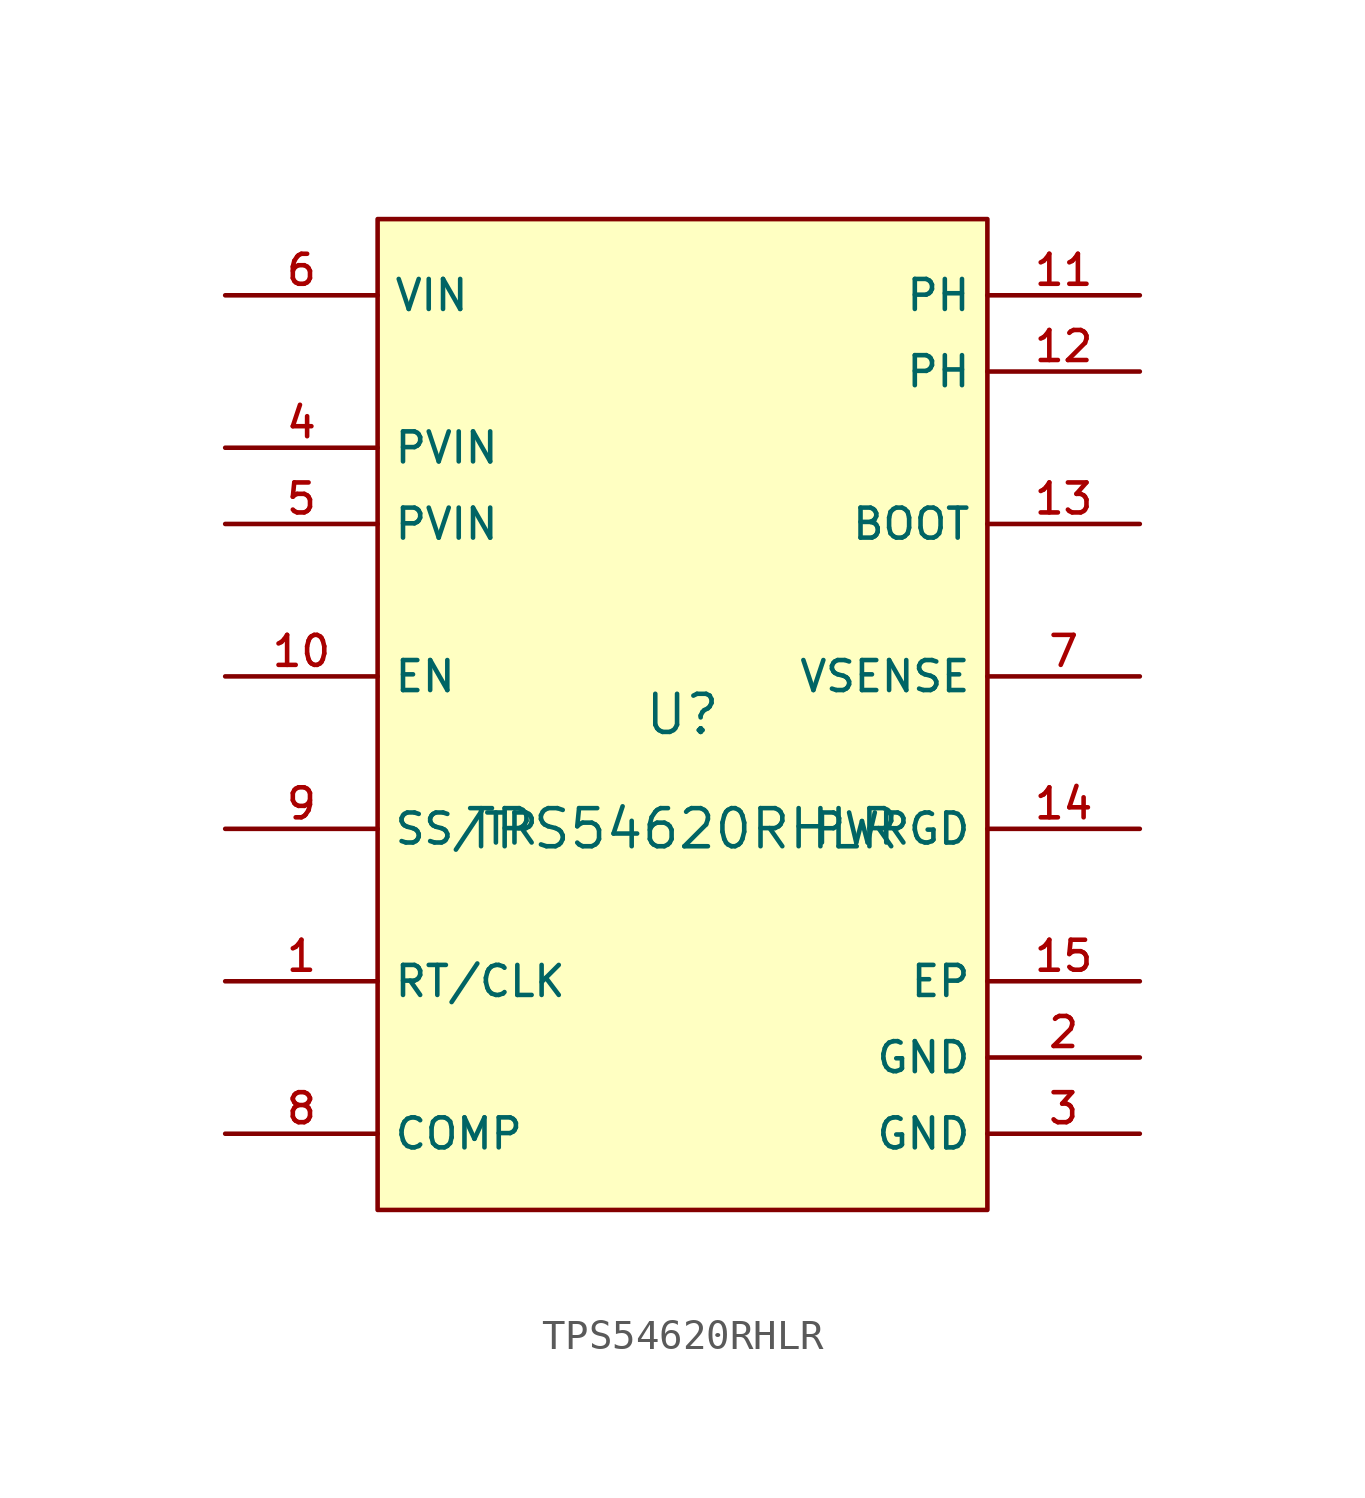
<source format=kicad_sym>
(kicad_symbol_lib
  (version 20210201)
  (generator TousstNicolas/JLC2KiCad_lib)
  (symbol "TPS54620RHLR"
    (property "Reference" "U"
      (at 0 1.27 0)
      (effects (font (size 1.27 1.27))))
    (property "Value" "TPS54620RHLR"
      (at 0 -2.54 0)
      (effects (font (size 1.27 1.27))))
    (symbol "TPS54620RHLR_0_1"
      (rectangle (start -10.16 17.78) (end 10.16 -15.24) (stroke (width 0) (type default) (color 0 0 0 0)) (fill (type background)))
      (pin unspecified line (at -15.24 -7.62 0) (length 5.08) (name "RT/CLK" (effects (font (size 1 1)))) (number "1" (effects (font (size 1 1)))))
      (pin power_in line (at 15.24 -10.16 180) (length 5.08) (name "GND" (effects (font (size 1 1)))) (number "2" (effects (font (size 1 1)))))
      (pin power_in line (at 15.24 -12.7 180) (length 5.08) (name "GND" (effects (font (size 1 1)))) (number "3" (effects (font (size 1 1)))))
      (pin power_in line (at -15.24 10.16 0) (length 5.08) (name "PVIN" (effects (font (size 1 1)))) (number "4" (effects (font (size 1 1)))))
      (pin power_in line (at -15.24 7.62 0) (length 5.08) (name "PVIN" (effects (font (size 1 1)))) (number "5" (effects (font (size 1 1)))))
      (pin power_in line (at -15.24 15.24 0) (length 5.08) (name "VIN" (effects (font (size 1 1)))) (number "6" (effects (font (size 1 1)))))
      (pin unspecified line (at 15.24 2.54 180) (length 5.08) (name "VSENSE" (effects (font (size 1 1)))) (number "7" (effects (font (size 1 1)))))
      (pin unspecified line (at -15.24 -12.7 0) (length 5.08) (name "COMP" (effects (font (size 1 1)))) (number "8" (effects (font (size 1 1)))))
      (pin unspecified line (at -15.24 -2.54 0) (length 5.08) (name "SS/TR" (effects (font (size 1 1)))) (number "9" (effects (font (size 1 1)))))
      (pin unspecified line (at -15.24 2.54 0) (length 5.08) (name "EN" (effects (font (size 1 1)))) (number "10" (effects (font (size 1 1)))))
      (pin power_in line (at 15.24 15.24 180) (length 5.08) (name "PH" (effects (font (size 1 1)))) (number "11" (effects (font (size 1 1)))))
      (pin power_in line (at 15.24 12.7 180) (length 5.08) (name "PH" (effects (font (size 1 1)))) (number "12" (effects (font (size 1 1)))))
      (pin unspecified line (at 15.24 7.62 180) (length 5.08) (name "BOOT" (effects (font (size 1 1)))) (number "13" (effects (font (size 1 1)))))
      (pin unspecified line (at 15.24 -2.54 180) (length 5.08) (name "PWRGD" (effects (font (size 1 1)))) (number "14" (effects (font (size 1 1)))))
      (pin power_in line (at 15.24 -7.62 180) (length 5.08) (name "EP" (effects (font (size 1 1)))) (number "15" (effects (font (size 1 1))))))))
</source>
